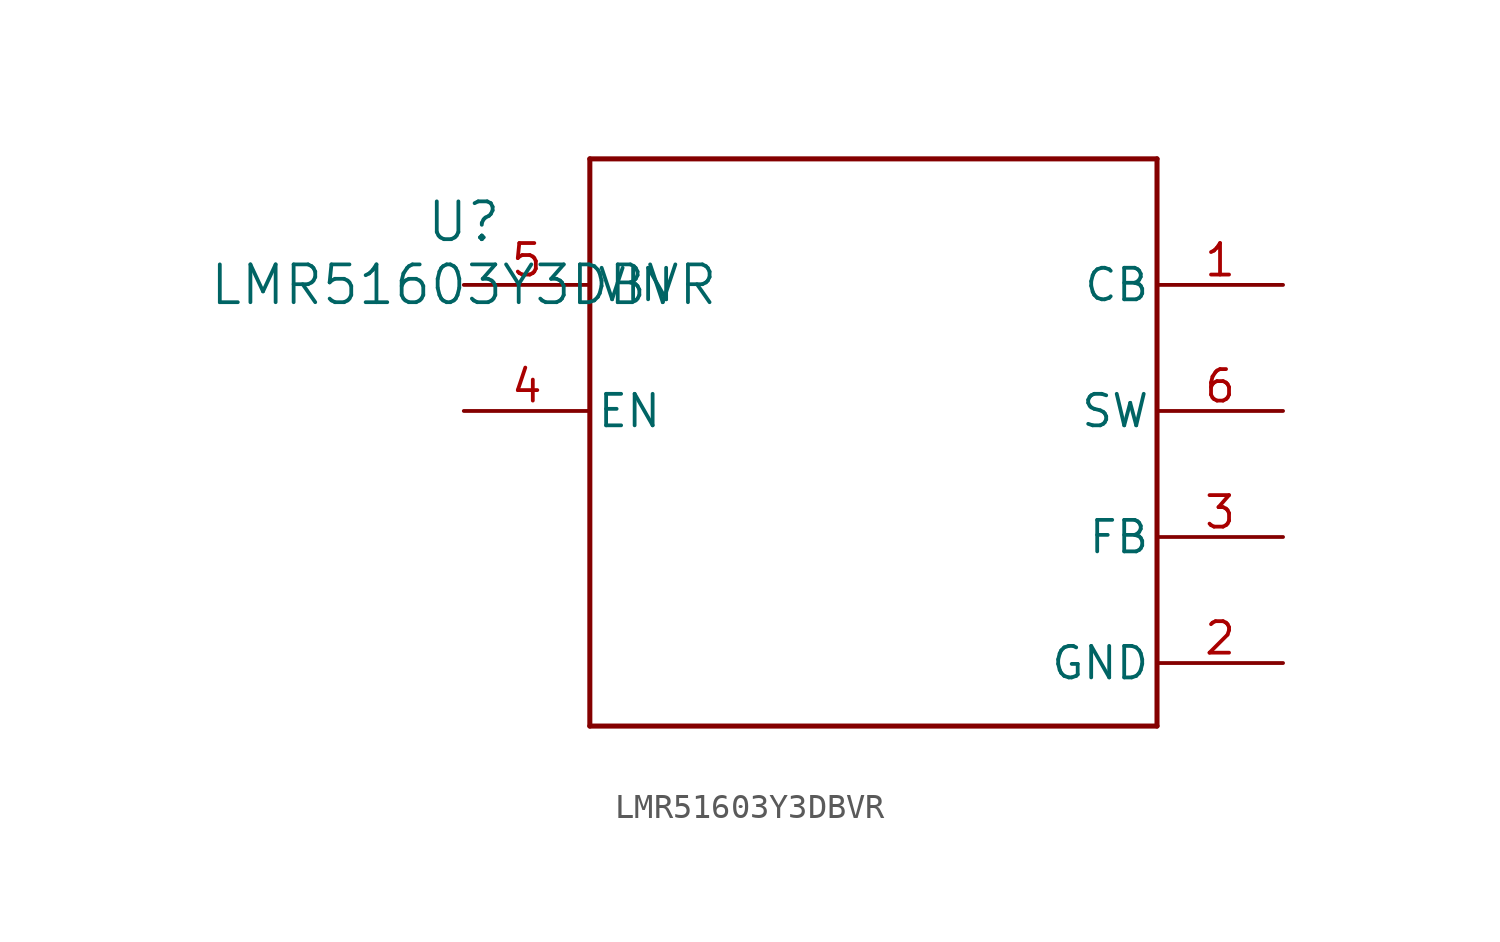
<source format=kicad_sym>
(kicad_symbol_lib
  (version 20211014)
  (generator kicad_symbol_editor)
  (symbol "LMR51603Y3DBVR"
    (pin_names
      (offset 0.254))
    (property "Reference" "U"
      (at 0 2.54 0)
      (effects (font (size 1.524 1.524))))
    (property "Value" "LMR51603Y3DBVR"
      (at 0 0 0)
      (effects (font (size 1.524 1.524))))
    (symbol "LMR51603Y3DBVR_0_1"
      (polyline (pts (xy 5.08 -17.78) (xy 27.94 -17.78)) (stroke (width 0.203) (type default) (color 0 0 0 0)) (fill (type none)))
      (polyline (pts (xy 27.94 -17.78) (xy 27.94 5.08)) (stroke (width 0.203) (type default) (color 0 0 0 0)) (fill (type none)))
      (polyline (pts (xy 27.94 5.08) (xy 5.08 5.08)) (stroke (width 0.203) (type default) (color 0 0 0 0)) (fill (type none)))
      (polyline (pts (xy 5.08 5.08) (xy 5.08 -17.78)) (stroke (width 0.203) (type default) (color 0 0 0 0)) (fill (type none)))
      (pin unspecified line (at 33.02 0 180) (length 5.08) (name "CB" (effects (font (size 1.27 1.27)))) (number "1" (effects (font (size 1.27 1.27)))))
      (pin power_in line (at 33.02 -15.24 180) (length 5.08) (name "GND" (effects (font (size 1.27 1.27)))) (number "2" (effects (font (size 1.27 1.27)))))
      (pin unspecified line (at 33.02 -10.16 180) (length 5.08) (name "FB" (effects (font (size 1.27 1.27)))) (number "3" (effects (font (size 1.27 1.27)))))
      (pin input line (at 0 -5.08 0) (length 5.08) (name "EN" (effects (font (size 1.27 1.27)))) (number "4" (effects (font (size 1.27 1.27)))))
      (pin power_in line (at 0 0 0) (length 5.08) (name "VIN" (effects (font (size 1.27 1.27)))) (number "5" (effects (font (size 1.27 1.27)))))
      (pin unspecified line (at 33.02 -5.08 180) (length 5.08) (name "SW" (effects (font (size 1.27 1.27)))) (number "6" (effects (font (size 1.27 1.27))))))))
</source>
